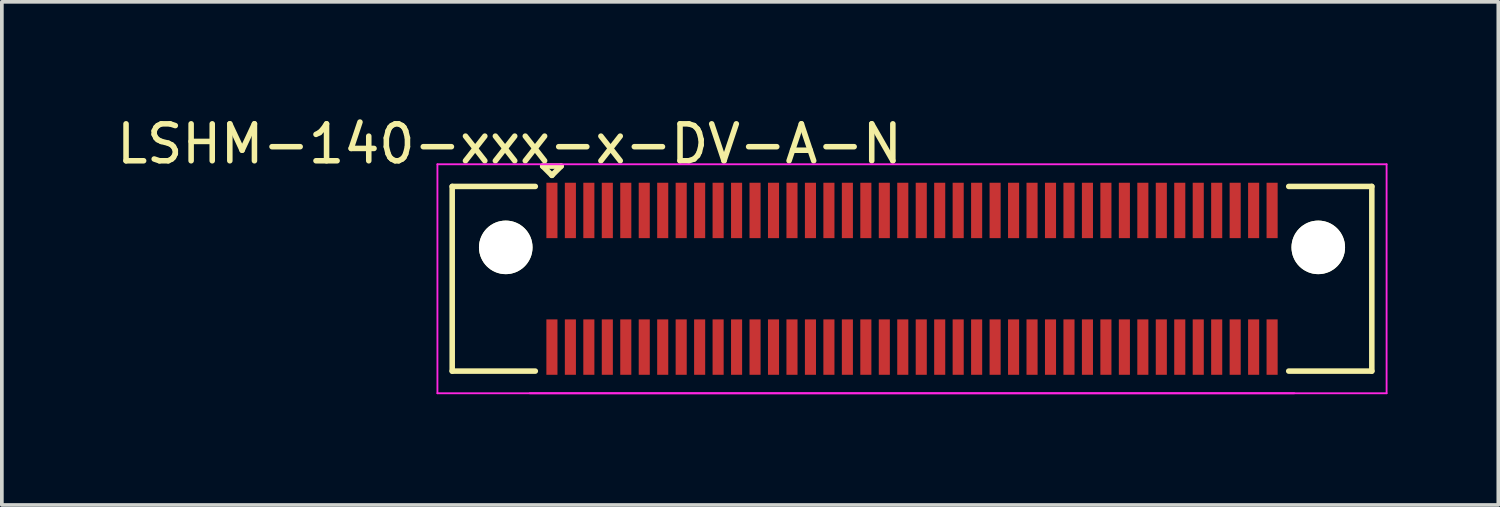
<source format=kicad_pcb>
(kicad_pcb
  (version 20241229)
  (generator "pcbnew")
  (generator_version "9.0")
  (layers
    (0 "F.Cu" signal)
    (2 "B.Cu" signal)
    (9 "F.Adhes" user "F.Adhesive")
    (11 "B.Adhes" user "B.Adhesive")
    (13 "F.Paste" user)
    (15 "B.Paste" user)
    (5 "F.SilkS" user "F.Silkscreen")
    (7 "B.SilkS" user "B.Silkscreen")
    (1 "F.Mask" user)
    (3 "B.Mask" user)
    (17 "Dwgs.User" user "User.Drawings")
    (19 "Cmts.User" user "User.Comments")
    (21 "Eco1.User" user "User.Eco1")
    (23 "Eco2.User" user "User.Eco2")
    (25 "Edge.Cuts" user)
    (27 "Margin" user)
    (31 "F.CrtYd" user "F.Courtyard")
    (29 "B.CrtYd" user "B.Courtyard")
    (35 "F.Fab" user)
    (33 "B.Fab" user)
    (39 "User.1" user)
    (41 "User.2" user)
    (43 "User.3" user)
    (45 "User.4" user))
  (footprint "LSHM-140-xxx-x-DV-A-N"
    (layer "F.Cu")
    (at 21.644 4.498)
    (property "Reference" "LSHM-140-xxx-x-DV-A-N" (at -10.9 -3.65 0) (layer "F.SilkS") (effects (font (size 1 1) (thickness 0.15))))
    (attr smd)
    (fp_line (start -12.45 -2.5) (end -12.45 2.5) (stroke (width 0.15) (type solid)) (layer "F.SilkS"))
    (fp_line (start -12.45 -2.5) (end -10.2 -2.5) (stroke (width 0.15) (type solid)) (layer "F.SilkS"))
    (fp_line (start -12.45 2.5) (end -10.2 2.5) (stroke (width 0.15) (type solid)) (layer "F.SilkS"))
    (fp_line (start -10 -3.05) (end -9.75 -2.8) (stroke (width 0.15) (type solid)) (layer "F.SilkS"))
    (fp_line (start -9.75 -2.8) (end -9.5 -3.05) (stroke (width 0.15) (type solid)) (layer "F.SilkS"))
    (fp_line (start -9.5 -3.05) (end -10 -3.05) (stroke (width 0.15) (type solid)) (layer "F.SilkS"))
    (fp_line (start 12.45 -2.5) (end 10.2 -2.5) (stroke (width 0.15) (type solid)) (layer "F.SilkS"))
    (fp_line (start 12.45 -2.5) (end 12.45 2.5) (stroke (width 0.15) (type solid)) (layer "F.SilkS"))
    (fp_line (start 12.45 2.5) (end 10.2 2.5) (stroke (width 0.15) (type solid)) (layer "F.SilkS"))
    (fp_line (start -12.85 -3.1) (end 12.85 -3.1) (stroke (width 0.05) (type solid)) (layer "F.CrtYd"))
    (fp_line (start -12.85 3.1) (end -12.85 -3.1) (stroke (width 0.05) (type solid)) (layer "F.CrtYd"))
    (fp_line (start -12.85 3.1) (end 12.85 3.1) (stroke (width 0.05) (type solid)) (layer "F.CrtYd"))
    (fp_line (start -10.35 3.1) (end 10.35 3.1) (stroke (width 0.05) (type solid)) (layer "F.CrtYd"))
    (fp_line (start 12.85 3.1) (end 12.85 -3.1) (stroke (width 0.05) (type solid)) (layer "F.CrtYd"))
    (pad "" np_thru_hole circle (at -11 -0.85) (size 1.45 1.45) (drill 1.45) (layers "*.Cu" "*.Mask" "F.SilkS"))
    (pad "" np_thru_hole circle (at 11 -0.85) (size 1.45 1.45) (drill 1.45) (layers "*.Cu" "*.Mask" "F.SilkS"))
    (pad "1" smd rect (at -9.75 -1.85) (size 0.3 1.5) (layers "F.Cu" "F.Mask" "F.Paste"))
    (pad "2" smd rect (at -9.75 1.85) (size 0.3 1.5) (layers "F.Cu" "F.Mask" "F.Paste"))
    (pad "3" smd rect (at -9.25 -1.85) (size 0.3 1.5) (layers "F.Cu" "F.Mask" "F.Paste"))
    (pad "4" smd rect (at -9.25 1.85) (size 0.3 1.5) (layers "F.Cu" "F.Mask" "F.Paste"))
    (pad "5" smd rect (at -8.75 -1.85) (size 0.3 1.5) (layers "F.Cu" "F.Mask" "F.Paste"))
    (pad "6" smd rect (at -8.75 1.85) (size 0.3 1.5) (layers "F.Cu" "F.Mask" "F.Paste"))
    (pad "7" smd rect (at -8.25 -1.85) (size 0.3 1.5) (layers "F.Cu" "F.Mask" "F.Paste"))
    (pad "8" smd rect (at -8.25 1.85) (size 0.3 1.5) (layers "F.Cu" "F.Mask" "F.Paste"))
    (pad "9" smd rect (at -7.75 -1.85) (size 0.3 1.5) (layers "F.Cu" "F.Mask" "F.Paste"))
    (pad "10" smd rect (at -7.75 1.85) (size 0.3 1.5) (layers "F.Cu" "F.Mask" "F.Paste"))
    (pad "11" smd rect (at -7.25 -1.85) (size 0.3 1.5) (layers "F.Cu" "F.Mask" "F.Paste"))
    (pad "12" smd rect (at -7.25 1.85) (size 0.3 1.5) (layers "F.Cu" "F.Mask" "F.Paste"))
    (pad "13" smd rect (at -6.75 -1.85) (size 0.3 1.5) (layers "F.Cu" "F.Mask" "F.Paste"))
    (pad "14" smd rect (at -6.75 1.85) (size 0.3 1.5) (layers "F.Cu" "F.Mask" "F.Paste"))
    (pad "15" smd rect (at -6.25 -1.85) (size 0.3 1.5) (layers "F.Cu" "F.Mask" "F.Paste"))
    (pad "16" smd rect (at -6.25 1.85) (size 0.3 1.5) (layers "F.Cu" "F.Mask" "F.Paste"))
    (pad "17" smd rect (at -5.75 -1.85) (size 0.3 1.5) (layers "F.Cu" "F.Mask" "F.Paste"))
    (pad "18" smd rect (at -5.75 1.85) (size 0.3 1.5) (layers "F.Cu" "F.Mask" "F.Paste"))
    (pad "19" smd rect (at -5.25 -1.85) (size 0.3 1.5) (layers "F.Cu" "F.Mask" "F.Paste"))
    (pad "20" smd rect (at -5.25 1.85) (size 0.3 1.5) (layers "F.Cu" "F.Mask" "F.Paste"))
    (pad "21" smd rect (at -4.75 -1.85) (size 0.3 1.5) (layers "F.Cu" "F.Mask" "F.Paste"))
    (pad "22" smd rect (at -4.75 1.85) (size 0.3 1.5) (layers "F.Cu" "F.Mask" "F.Paste"))
    (pad "23" smd rect (at -4.25 -1.85) (size 0.3 1.5) (layers "F.Cu" "F.Mask" "F.Paste"))
    (pad "24" smd rect (at -4.25 1.85) (size 0.3 1.5) (layers "F.Cu" "F.Mask" "F.Paste"))
    (pad "25" smd rect (at -3.75 -1.85) (size 0.3 1.5) (layers "F.Cu" "F.Mask" "F.Paste"))
    (pad "26" smd rect (at -3.75 1.85) (size 0.3 1.5) (layers "F.Cu" "F.Mask" "F.Paste"))
    (pad "27" smd rect (at -3.25 -1.85) (size 0.3 1.5) (layers "F.Cu" "F.Mask" "F.Paste"))
    (pad "28" smd rect (at -3.25 1.85) (size 0.3 1.5) (layers "F.Cu" "F.Mask" "F.Paste"))
    (pad "29" smd rect (at -2.75 -1.85) (size 0.3 1.5) (layers "F.Cu" "F.Mask" "F.Paste"))
    (pad "30" smd rect (at -2.75 1.85) (size 0.3 1.5) (layers "F.Cu" "F.Mask" "F.Paste"))
    (pad "31" smd rect (at -2.25 -1.85) (size 0.3 1.5) (layers "F.Cu" "F.Mask" "F.Paste"))
    (pad "32" smd rect (at -2.25 1.85) (size 0.3 1.5) (layers "F.Cu" "F.Mask" "F.Paste"))
    (pad "33" smd rect (at -1.75 -1.85) (size 0.3 1.5) (layers "F.Cu" "F.Mask" "F.Paste"))
    (pad "34" smd rect (at -1.75 1.85) (size 0.3 1.5) (layers "F.Cu" "F.Mask" "F.Paste"))
    (pad "35" smd rect (at -1.25 -1.85) (size 0.3 1.5) (layers "F.Cu" "F.Mask" "F.Paste"))
    (pad "36" smd rect (at -1.25 1.85) (size 0.3 1.5) (layers "F.Cu" "F.Mask" "F.Paste"))
    (pad "37" smd rect (at -0.75 -1.85) (size 0.3 1.5) (layers "F.Cu" "F.Mask" "F.Paste"))
    (pad "38" smd rect (at -0.75 1.85) (size 0.3 1.5) (layers "F.Cu" "F.Mask" "F.Paste"))
    (pad "39" smd rect (at -0.25 -1.85) (size 0.3 1.5) (layers "F.Cu" "F.Mask" "F.Paste"))
    (pad "40" smd rect (at -0.25 1.85) (size 0.3 1.5) (layers "F.Cu" "F.Mask" "F.Paste"))
    (pad "41" smd rect (at 0.25 -1.85) (size 0.3 1.5) (layers "F.Cu" "F.Mask" "F.Paste"))
    (pad "42" smd rect (at 0.25 1.85) (size 0.3 1.5) (layers "F.Cu" "F.Mask" "F.Paste"))
    (pad "43" smd rect (at 0.75 -1.85) (size 0.3 1.5) (layers "F.Cu" "F.Mask" "F.Paste"))
    (pad "44" smd rect (at 0.75 1.85) (size 0.3 1.5) (layers "F.Cu" "F.Mask" "F.Paste"))
    (pad "45" smd rect (at 1.25 -1.85) (size 0.3 1.5) (layers "F.Cu" "F.Mask" "F.Paste"))
    (pad "46" smd rect (at 1.25 1.85) (size 0.3 1.5) (layers "F.Cu" "F.Mask" "F.Paste"))
    (pad "47" smd rect (at 1.75 -1.85) (size 0.3 1.5) (layers "F.Cu" "F.Mask" "F.Paste"))
    (pad "48" smd rect (at 1.75 1.85) (size 0.3 1.5) (layers "F.Cu" "F.Mask" "F.Paste"))
    (pad "49" smd rect (at 2.25 -1.85) (size 0.3 1.5) (layers "F.Cu" "F.Mask" "F.Paste"))
    (pad "50" smd rect (at 2.25 1.85) (size 0.3 1.5) (layers "F.Cu" "F.Mask" "F.Paste"))
    (pad "51" smd rect (at 2.75 -1.85) (size 0.3 1.5) (layers "F.Cu" "F.Mask" "F.Paste"))
    (pad "52" smd rect (at 2.75 1.85) (size 0.3 1.5) (layers "F.Cu" "F.Mask" "F.Paste"))
    (pad "53" smd rect (at 3.25 -1.85) (size 0.3 1.5) (layers "F.Cu" "F.Mask" "F.Paste"))
    (pad "54" smd rect (at 3.25 1.85) (size 0.3 1.5) (layers "F.Cu" "F.Mask" "F.Paste"))
    (pad "55" smd rect (at 3.75 -1.85) (size 0.3 1.5) (layers "F.Cu" "F.Mask" "F.Paste"))
    (pad "56" smd rect (at 3.75 1.85) (size 0.3 1.5) (layers "F.Cu" "F.Mask" "F.Paste"))
    (pad "57" smd rect (at 4.25 -1.85) (size 0.3 1.5) (layers "F.Cu" "F.Mask" "F.Paste"))
    (pad "58" smd rect (at 4.25 1.85) (size 0.3 1.5) (layers "F.Cu" "F.Mask" "F.Paste"))
    (pad "59" smd rect (at 4.75 -1.85) (size 0.3 1.5) (layers "F.Cu" "F.Mask" "F.Paste"))
    (pad "60" smd rect (at 4.75 1.85) (size 0.3 1.5) (layers "F.Cu" "F.Mask" "F.Paste"))
    (pad "61" smd rect (at 5.25 -1.85) (size 0.3 1.5) (layers "F.Cu" "F.Mask" "F.Paste"))
    (pad "62" smd rect (at 5.25 1.85) (size 0.3 1.5) (layers "F.Cu" "F.Mask" "F.Paste"))
    (pad "63" smd rect (at 5.75 -1.85) (size 0.3 1.5) (layers "F.Cu" "F.Mask" "F.Paste"))
    (pad "64" smd rect (at 5.75 1.85) (size 0.3 1.5) (layers "F.Cu" "F.Mask" "F.Paste"))
    (pad "65" smd rect (at 6.25 -1.85) (size 0.3 1.5) (layers "F.Cu" "F.Mask" "F.Paste"))
    (pad "66" smd rect (at 6.25 1.85) (size 0.3 1.5) (layers "F.Cu" "F.Mask" "F.Paste"))
    (pad "67" smd rect (at 6.75 -1.85) (size 0.3 1.5) (layers "F.Cu" "F.Mask" "F.Paste"))
    (pad "68" smd rect (at 6.75 1.85) (size 0.3 1.5) (layers "F.Cu" "F.Mask" "F.Paste"))
    (pad "69" smd rect (at 7.25 -1.85) (size 0.3 1.5) (layers "F.Cu" "F.Mask" "F.Paste"))
    (pad "70" smd rect (at 7.25 1.85) (size 0.3 1.5) (layers "F.Cu" "F.Mask" "F.Paste"))
    (pad "71" smd rect (at 7.75 -1.85) (size 0.3 1.5) (layers "F.Cu" "F.Mask" "F.Paste"))
    (pad "72" smd rect (at 7.75 1.85) (size 0.3 1.5) (layers "F.Cu" "F.Mask" "F.Paste"))
    (pad "73" smd rect (at 8.25 -1.85) (size 0.3 1.5) (layers "F.Cu" "F.Mask" "F.Paste"))
    (pad "74" smd rect (at 8.25 1.85) (size 0.3 1.5) (layers "F.Cu" "F.Mask" "F.Paste"))
    (pad "75" smd rect (at 8.75 -1.85) (size 0.3 1.5) (layers "F.Cu" "F.Mask" "F.Paste"))
    (pad "76" smd rect (at 8.75 1.85) (size 0.3 1.5) (layers "F.Cu" "F.Mask" "F.Paste"))
    (pad "77" smd rect (at 9.25 -1.85) (size 0.3 1.5) (layers "F.Cu" "F.Mask" "F.Paste"))
    (pad "78" smd rect (at 9.25 1.85) (size 0.3 1.5) (layers "F.Cu" "F.Mask" "F.Paste"))
    (pad "79" smd rect (at 9.75 -1.85) (size 0.3 1.5) (layers "F.Cu" "F.Mask" "F.Paste"))
    (pad "80" smd rect (at 9.75 1.85) (size 0.3 1.5) (layers "F.Cu" "F.Mask" "F.Paste")))
  (gr_rect
    (start -3 -3)
    (end 37.519 10.623)
    (stroke (width 0.1) (type default))
    (fill no)
    (layer "Edge.Cuts")))
</source>
